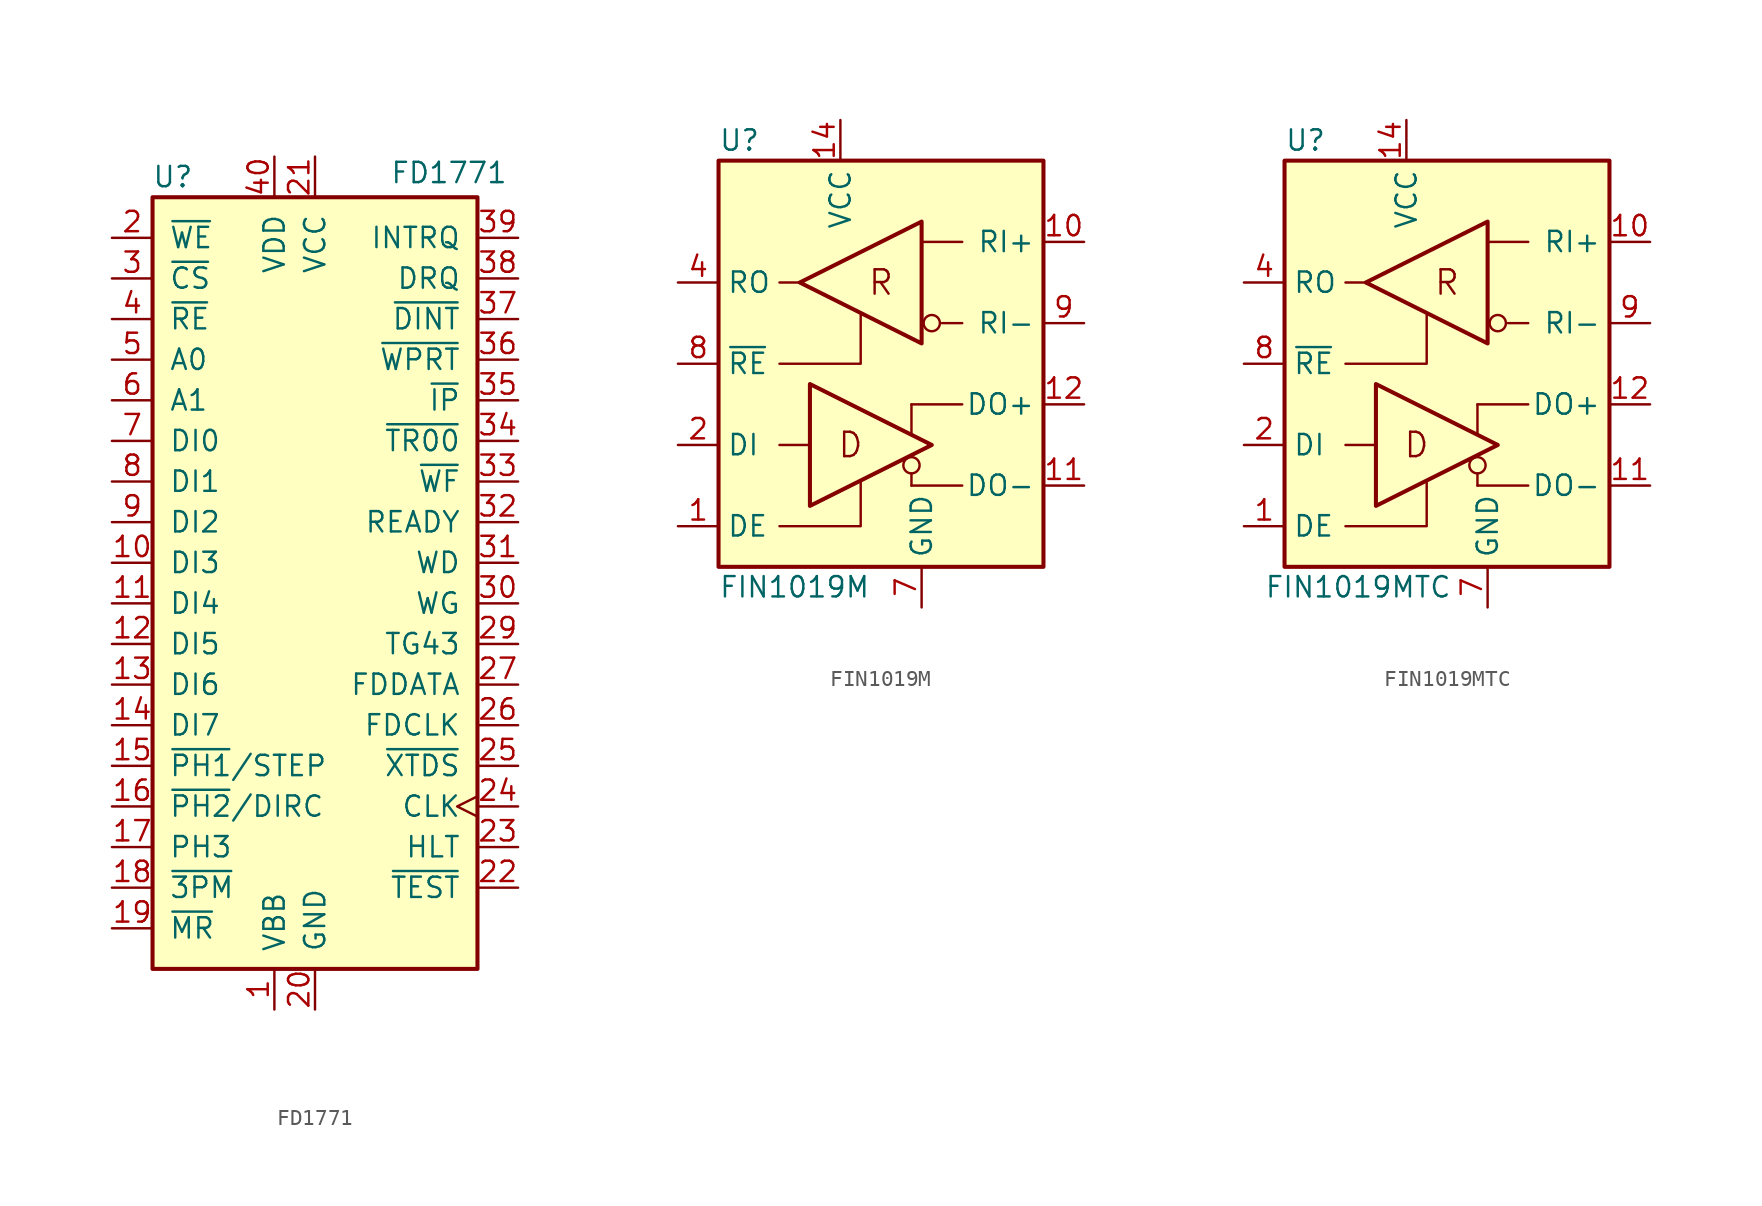
<source format=kicad_sym>
(kicad_symbol_lib
  (version 20201005)
  (generator kicad_symbol_editor)
  (symbol "FD1771"
    (pin_names
      (offset 1.016))
    (property "Reference" "U"
      (at -8.89 24.13 0)
      (effects (font (size 1.27 1.27))))
    (property "Value" "FD1771"
      (at 8.382 24.384 0)
      (effects (font (size 1.27 1.27))))
    (symbol "FD1771_0_1"
      (rectangle (start -10.16 22.86) (end 10.16 -25.4) (stroke (width 0.254)) (fill (type background))))
    (symbol "FD1771_1_1"
      (pin power_in line (at -2.54 -27.94 90) (length 2.54) (name "VBB" (effects (font (size 1.27 1.27)))) (number "1" (effects (font (size 1.27 1.27)))))
      (pin tri_state line (at -12.7 0 0) (length 2.54) (name "DI3" (effects (font (size 1.27 1.27)))) (number "10" (effects (font (size 1.27 1.27)))))
      (pin tri_state line (at -12.7 -2.54 0) (length 2.54) (name "DI4" (effects (font (size 1.27 1.27)))) (number "11" (effects (font (size 1.27 1.27)))))
      (pin tri_state line (at -12.7 -5.08 0) (length 2.54) (name "DI5" (effects (font (size 1.27 1.27)))) (number "12" (effects (font (size 1.27 1.27)))))
      (pin tri_state line (at -12.7 -7.62 0) (length 2.54) (name "DI6" (effects (font (size 1.27 1.27)))) (number "13" (effects (font (size 1.27 1.27)))))
      (pin tri_state line (at -12.7 -10.16 0) (length 2.54) (name "DI7" (effects (font (size 1.27 1.27)))) (number "14" (effects (font (size 1.27 1.27)))))
      (pin output line (at -12.7 -12.7 0) (length 2.54) (name "~PH1~/STEP" (effects (font (size 1.27 1.27)))) (number "15" (effects (font (size 1.27 1.27)))))
      (pin output line (at -12.7 -15.24 0) (length 2.54) (name "~PH2~/DIRC" (effects (font (size 1.27 1.27)))) (number "16" (effects (font (size 1.27 1.27)))))
      (pin output line (at -12.7 -17.78 0) (length 2.54) (name "PH3" (effects (font (size 1.27 1.27)))) (number "17" (effects (font (size 1.27 1.27)))))
      (pin input line (at -12.7 -20.32 0) (length 2.54) (name "~3PM" (effects (font (size 1.27 1.27)))) (number "18" (effects (font (size 1.27 1.27)))))
      (pin input line (at -12.7 -22.86 0) (length 2.54) (name "~MR" (effects (font (size 1.27 1.27)))) (number "19" (effects (font (size 1.27 1.27)))))
      (pin input line (at -12.7 20.32 0) (length 2.54) (name "~WE" (effects (font (size 1.27 1.27)))) (number "2" (effects (font (size 1.27 1.27)))))
      (pin power_in line (at 0 -27.94 90) (length 2.54) (name "GND" (effects (font (size 1.27 1.27)))) (number "20" (effects (font (size 1.27 1.27)))))
      (pin power_in line (at 0 25.4 270) (length 2.54) (name "VCC" (effects (font (size 1.27 1.27)))) (number "21" (effects (font (size 1.27 1.27)))))
      (pin input line (at 12.7 -20.32 180) (length 2.54) (name "~TEST" (effects (font (size 1.27 1.27)))) (number "22" (effects (font (size 1.27 1.27)))))
      (pin input line (at 12.7 -17.78 180) (length 2.54) (name "HLT" (effects (font (size 1.27 1.27)))) (number "23" (effects (font (size 1.27 1.27)))))
      (pin input clock (at 12.7 -15.24 180) (length 2.54) (name "CLK" (effects (font (size 1.27 1.27)))) (number "24" (effects (font (size 1.27 1.27)))))
      (pin input line (at 12.7 -12.7 180) (length 2.54) (name "~XTDS" (effects (font (size 1.27 1.27)))) (number "25" (effects (font (size 1.27 1.27)))))
      (pin input line (at 12.7 -10.16 180) (length 2.54) (name "FDCLK" (effects (font (size 1.27 1.27)))) (number "26" (effects (font (size 1.27 1.27)))))
      (pin input line (at 12.7 -7.62 180) (length 2.54) (name "FDDATA" (effects (font (size 1.27 1.27)))) (number "27" (effects (font (size 1.27 1.27)))))
      (pin output line (at 12.7 -5.08 180) (length 2.54) (name "TG43" (effects (font (size 1.27 1.27)))) (number "29" (effects (font (size 1.27 1.27)))))
      (pin input line (at -12.7 17.78 0) (length 2.54) (name "~CS" (effects (font (size 1.27 1.27)))) (number "3" (effects (font (size 1.27 1.27)))))
      (pin output line (at 12.7 -2.54 180) (length 2.54) (name "WG" (effects (font (size 1.27 1.27)))) (number "30" (effects (font (size 1.27 1.27)))))
      (pin output line (at 12.7 0 180) (length 2.54) (name "WD" (effects (font (size 1.27 1.27)))) (number "31" (effects (font (size 1.27 1.27)))))
      (pin input line (at 12.7 2.54 180) (length 2.54) (name "READY" (effects (font (size 1.27 1.27)))) (number "32" (effects (font (size 1.27 1.27)))))
      (pin input line (at 12.7 5.08 180) (length 2.54) (name "~WF" (effects (font (size 1.27 1.27)))) (number "33" (effects (font (size 1.27 1.27)))))
      (pin input line (at 12.7 7.62 180) (length 2.54) (name "~TR00" (effects (font (size 1.27 1.27)))) (number "34" (effects (font (size 1.27 1.27)))))
      (pin input line (at 12.7 10.16 180) (length 2.54) (name "~IP" (effects (font (size 1.27 1.27)))) (number "35" (effects (font (size 1.27 1.27)))))
      (pin input line (at 12.7 12.7 180) (length 2.54) (name "~WPRT" (effects (font (size 1.27 1.27)))) (number "36" (effects (font (size 1.27 1.27)))))
      (pin input line (at 12.7 15.24 180) (length 2.54) (name "~DINT" (effects (font (size 1.27 1.27)))) (number "37" (effects (font (size 1.27 1.27)))))
      (pin output line (at 12.7 17.78 180) (length 2.54) (name "DRQ" (effects (font (size 1.27 1.27)))) (number "38" (effects (font (size 1.27 1.27)))))
      (pin input line (at 12.7 20.32 180) (length 2.54) (name "INTRQ" (effects (font (size 1.27 1.27)))) (number "39" (effects (font (size 1.27 1.27)))))
      (pin input line (at -12.7 15.24 0) (length 2.54) (name "~RE" (effects (font (size 1.27 1.27)))) (number "4" (effects (font (size 1.27 1.27)))))
      (pin power_in line (at -2.54 25.4 270) (length 2.54) (name "VDD" (effects (font (size 1.27 1.27)))) (number "40" (effects (font (size 1.27 1.27)))))
      (pin input line (at -12.7 12.7 0) (length 2.54) (name "A0" (effects (font (size 1.27 1.27)))) (number "5" (effects (font (size 1.27 1.27)))))
      (pin input line (at -12.7 10.16 0) (length 2.54) (name "A1" (effects (font (size 1.27 1.27)))) (number "6" (effects (font (size 1.27 1.27)))))
      (pin tri_state line (at -12.7 7.62 0) (length 2.54) (name "DI0" (effects (font (size 1.27 1.27)))) (number "7" (effects (font (size 1.27 1.27)))))
      (pin tri_state line (at -12.7 5.08 0) (length 2.54) (name "DI1" (effects (font (size 1.27 1.27)))) (number "8" (effects (font (size 1.27 1.27)))))
      (pin tri_state line (at -12.7 2.54 0) (length 2.54) (name "DI2" (effects (font (size 1.27 1.27)))) (number "9" (effects (font (size 1.27 1.27)))))))
  (symbol "FIN1019M"
    (property "Reference" "U"
      (at -10.16 13.97 0)
      (effects (font (size 1.27 1.27)) (justify left)))
    (property "Value" "FIN1019M"
      (at -10.16 -13.97 0)
      (effects (font (size 1.27 1.27)) (justify left)))
    (symbol "FIN1019M_0_0"
      (circle (center 1.905 -6.35) (radius 0.508) (stroke (width 0)) (fill (type none)))
      (circle (center 3.175 2.54) (radius 0.508) (stroke (width 0)) (fill (type none)))
      (text "D" (at -1.905 -5.08 0) (effects (font (size 1.524 1.524))))
      (text "R" (at 0 5.08 0) (effects (font (size 1.524 1.524))))
      (rectangle (start -10.16 12.7) (end 10.16 -12.7) (stroke (width 0.254)) (fill (type background)))
      (polyline (pts (xy 1.905 -6.858) (xy 1.905 -7.62)) (stroke (width 0)) (fill (type none)))
      (polyline (pts (xy 1.905 -4.445) (xy 1.905 -2.54)) (stroke (width 0)) (fill (type none))))
    (symbol "FIN1019M_0_1"
      (polyline (pts (xy -6.35 -5.08) (xy -4.445 -5.08)) (stroke (width 0)) (fill (type none)))
      (polyline (pts (xy -6.35 5.08) (xy -5.08 5.08)) (stroke (width 0)) (fill (type none)))
      (polyline (pts (xy 1.905 -7.62) (xy 5.08 -7.62)) (stroke (width 0)) (fill (type none)))
      (polyline (pts (xy 2.54 7.62) (xy 5.08 7.62)) (stroke (width 0)) (fill (type none)))
      (polyline (pts (xy 5.08 -2.54) (xy 1.905 -2.54)) (stroke (width 0)) (fill (type none)))
      (polyline (pts (xy 5.08 2.54) (xy 3.81 2.54)) (stroke (width 0)) (fill (type none)))
      (polyline (pts (xy -6.35 -10.16) (xy -1.27 -10.16) (xy -1.27 -7.366)) (stroke (width 0)) (fill (type none)))
      (polyline (pts (xy -6.35 0) (xy -1.27 0) (xy -1.27 3.048)) (stroke (width 0)) (fill (type none)))
      (polyline (pts (xy -4.445 -8.89) (xy -4.445 -1.27) (xy 3.175 -5.08) (xy -4.445 -8.89)) (stroke (width 0.254)) (fill (type none)))
      (polyline (pts (xy 2.54 8.89) (xy 2.54 1.27) (xy -5.08 5.08) (xy 2.54 8.89)) (stroke (width 0.254)) (fill (type none))))
    (symbol "FIN1019M_1_1"
      (pin input line (at -12.7 -10.16 0) (length 2.54) (name "DE" (effects (font (size 1.27 1.27)))) (number "1" (effects (font (size 1.27 1.27)))))
      (pin input line (at 12.7 7.62 180) (length 2.54) (name "RI+" (effects (font (size 1.27 1.27)))) (number "10" (effects (font (size 1.27 1.27)))))
      (pin tri_state line (at 12.7 -7.62 180) (length 2.54) (name "DO-" (effects (font (size 1.27 1.27)))) (number "11" (effects (font (size 1.27 1.27)))))
      (pin tri_state line (at 12.7 -2.54 180) (length 2.54) (name "DO+" (effects (font (size 1.27 1.27)))) (number "12" (effects (font (size 1.27 1.27)))))
      (pin no_connect line (at 7.62 12.7 270) (length 2.54) hide (name "NC" (effects (font (size 1.27 1.27)))) (number "13" (effects (font (size 1.27 1.27)))))
      (pin power_in line (at -2.54 15.24 270) (length 2.54) (name "VCC" (effects (font (size 1.27 1.27)))) (number "14" (effects (font (size 1.27 1.27)))))
      (pin input line (at -12.7 -5.08 0) (length 2.54) (name "DI" (effects (font (size 1.27 1.27)))) (number "2" (effects (font (size 1.27 1.27)))))
      (pin no_connect line (at 0 12.7 270) (length 2.54) hide (name "NC" (effects (font (size 1.27 1.27)))) (number "3" (effects (font (size 1.27 1.27)))))
      (pin tri_state line (at -12.7 5.08 0) (length 2.54) (name "RO" (effects (font (size 1.27 1.27)))) (number "4" (effects (font (size 1.27 1.27)))))
      (pin no_connect line (at 2.54 12.7 270) (length 2.54) hide (name "NC" (effects (font (size 1.27 1.27)))) (number "5" (effects (font (size 1.27 1.27)))))
      (pin no_connect line (at 5.08 12.7 270) (length 2.54) hide (name "NC" (effects (font (size 1.27 1.27)))) (number "6" (effects (font (size 1.27 1.27)))))
      (pin power_in line (at 2.54 -15.24 90) (length 2.54) (name "GND" (effects (font (size 1.27 1.27)))) (number "7" (effects (font (size 1.27 1.27)))))
      (pin input line (at -12.7 0 0) (length 2.54) (name "~RE" (effects (font (size 1.27 1.27)))) (number "8" (effects (font (size 1.27 1.27)))))
      (pin input line (at 12.7 2.54 180) (length 2.54) (name "RI-" (effects (font (size 1.27 1.27)))) (number "9" (effects (font (size 1.27 1.27)))))))
  (symbol "FIN1019MTC"
    (property "Reference" "U"
      (at -10.16 13.97 0)
      (effects (font (size 1.27 1.27)) (justify left)))
    (property "Value" "FIN1019MTC"
      (at -11.43 -13.97 0)
      (effects (font (size 1.27 1.27)) (justify left)))
    (symbol "FIN1019MTC_0_0"
      (circle (center 1.905 -6.35) (radius 0.508) (stroke (width 0)) (fill (type none)))
      (circle (center 3.175 2.54) (radius 0.508) (stroke (width 0)) (fill (type none)))
      (text "D" (at -1.905 -5.08 0) (effects (font (size 1.524 1.524))))
      (text "R" (at 0 5.08 0) (effects (font (size 1.524 1.524))))
      (rectangle (start -10.16 12.7) (end 10.16 -12.7) (stroke (width 0.254)) (fill (type background)))
      (polyline (pts (xy 1.905 -6.858) (xy 1.905 -7.62)) (stroke (width 0)) (fill (type none)))
      (polyline (pts (xy 1.905 -4.445) (xy 1.905 -2.54)) (stroke (width 0)) (fill (type none))))
    (symbol "FIN1019MTC_0_1"
      (polyline (pts (xy -6.35 -5.08) (xy -4.445 -5.08)) (stroke (width 0)) (fill (type none)))
      (polyline (pts (xy -6.35 5.08) (xy -5.08 5.08)) (stroke (width 0)) (fill (type none)))
      (polyline (pts (xy 1.905 -7.62) (xy 5.08 -7.62)) (stroke (width 0)) (fill (type none)))
      (polyline (pts (xy 2.54 7.62) (xy 5.08 7.62)) (stroke (width 0)) (fill (type none)))
      (polyline (pts (xy 5.08 -2.54) (xy 1.905 -2.54)) (stroke (width 0)) (fill (type none)))
      (polyline (pts (xy 5.08 2.54) (xy 3.81 2.54)) (stroke (width 0)) (fill (type none)))
      (polyline (pts (xy -6.35 -10.16) (xy -1.27 -10.16) (xy -1.27 -7.366)) (stroke (width 0)) (fill (type none)))
      (polyline (pts (xy -6.35 0) (xy -1.27 0) (xy -1.27 3.048)) (stroke (width 0)) (fill (type none)))
      (polyline (pts (xy -4.445 -8.89) (xy -4.445 -1.27) (xy 3.175 -5.08) (xy -4.445 -8.89)) (stroke (width 0.254)) (fill (type none)))
      (polyline (pts (xy 2.54 8.89) (xy 2.54 1.27) (xy -5.08 5.08) (xy 2.54 8.89)) (stroke (width 0.254)) (fill (type none))))
    (symbol "FIN1019MTC_1_1"
      (pin input line (at -12.7 -10.16 0) (length 2.54) (name "DE" (effects (font (size 1.27 1.27)))) (number "1" (effects (font (size 1.27 1.27)))))
      (pin input line (at 12.7 7.62 180) (length 2.54) (name "RI+" (effects (font (size 1.27 1.27)))) (number "10" (effects (font (size 1.27 1.27)))))
      (pin tri_state line (at 12.7 -7.62 180) (length 2.54) (name "DO-" (effects (font (size 1.27 1.27)))) (number "11" (effects (font (size 1.27 1.27)))))
      (pin tri_state line (at 12.7 -2.54 180) (length 2.54) (name "DO+" (effects (font (size 1.27 1.27)))) (number "12" (effects (font (size 1.27 1.27)))))
      (pin no_connect line (at 7.62 12.7 270) (length 2.54) hide (name "NC" (effects (font (size 1.27 1.27)))) (number "13" (effects (font (size 1.27 1.27)))))
      (pin power_in line (at -2.54 15.24 270) (length 2.54) (name "VCC" (effects (font (size 1.27 1.27)))) (number "14" (effects (font (size 1.27 1.27)))))
      (pin input line (at -12.7 -5.08 0) (length 2.54) (name "DI" (effects (font (size 1.27 1.27)))) (number "2" (effects (font (size 1.27 1.27)))))
      (pin no_connect line (at 0 12.7 270) (length 2.54) hide (name "NC" (effects (font (size 1.27 1.27)))) (number "3" (effects (font (size 1.27 1.27)))))
      (pin tri_state line (at -12.7 5.08 0) (length 2.54) (name "RO" (effects (font (size 1.27 1.27)))) (number "4" (effects (font (size 1.27 1.27)))))
      (pin no_connect line (at 2.54 12.7 270) (length 2.54) hide (name "NC" (effects (font (size 1.27 1.27)))) (number "5" (effects (font (size 1.27 1.27)))))
      (pin no_connect line (at 5.08 12.7 270) (length 2.54) hide (name "NC" (effects (font (size 1.27 1.27)))) (number "6" (effects (font (size 1.27 1.27)))))
      (pin power_in line (at 2.54 -15.24 90) (length 2.54) (name "GND" (effects (font (size 1.27 1.27)))) (number "7" (effects (font (size 1.27 1.27)))))
      (pin input line (at -12.7 0 0) (length 2.54) (name "~RE" (effects (font (size 1.27 1.27)))) (number "8" (effects (font (size 1.27 1.27)))))
      (pin input line (at 12.7 2.54 180) (length 2.54) (name "RI-" (effects (font (size 1.27 1.27)))) (number "9" (effects (font (size 1.27 1.27))))))))
</source>
